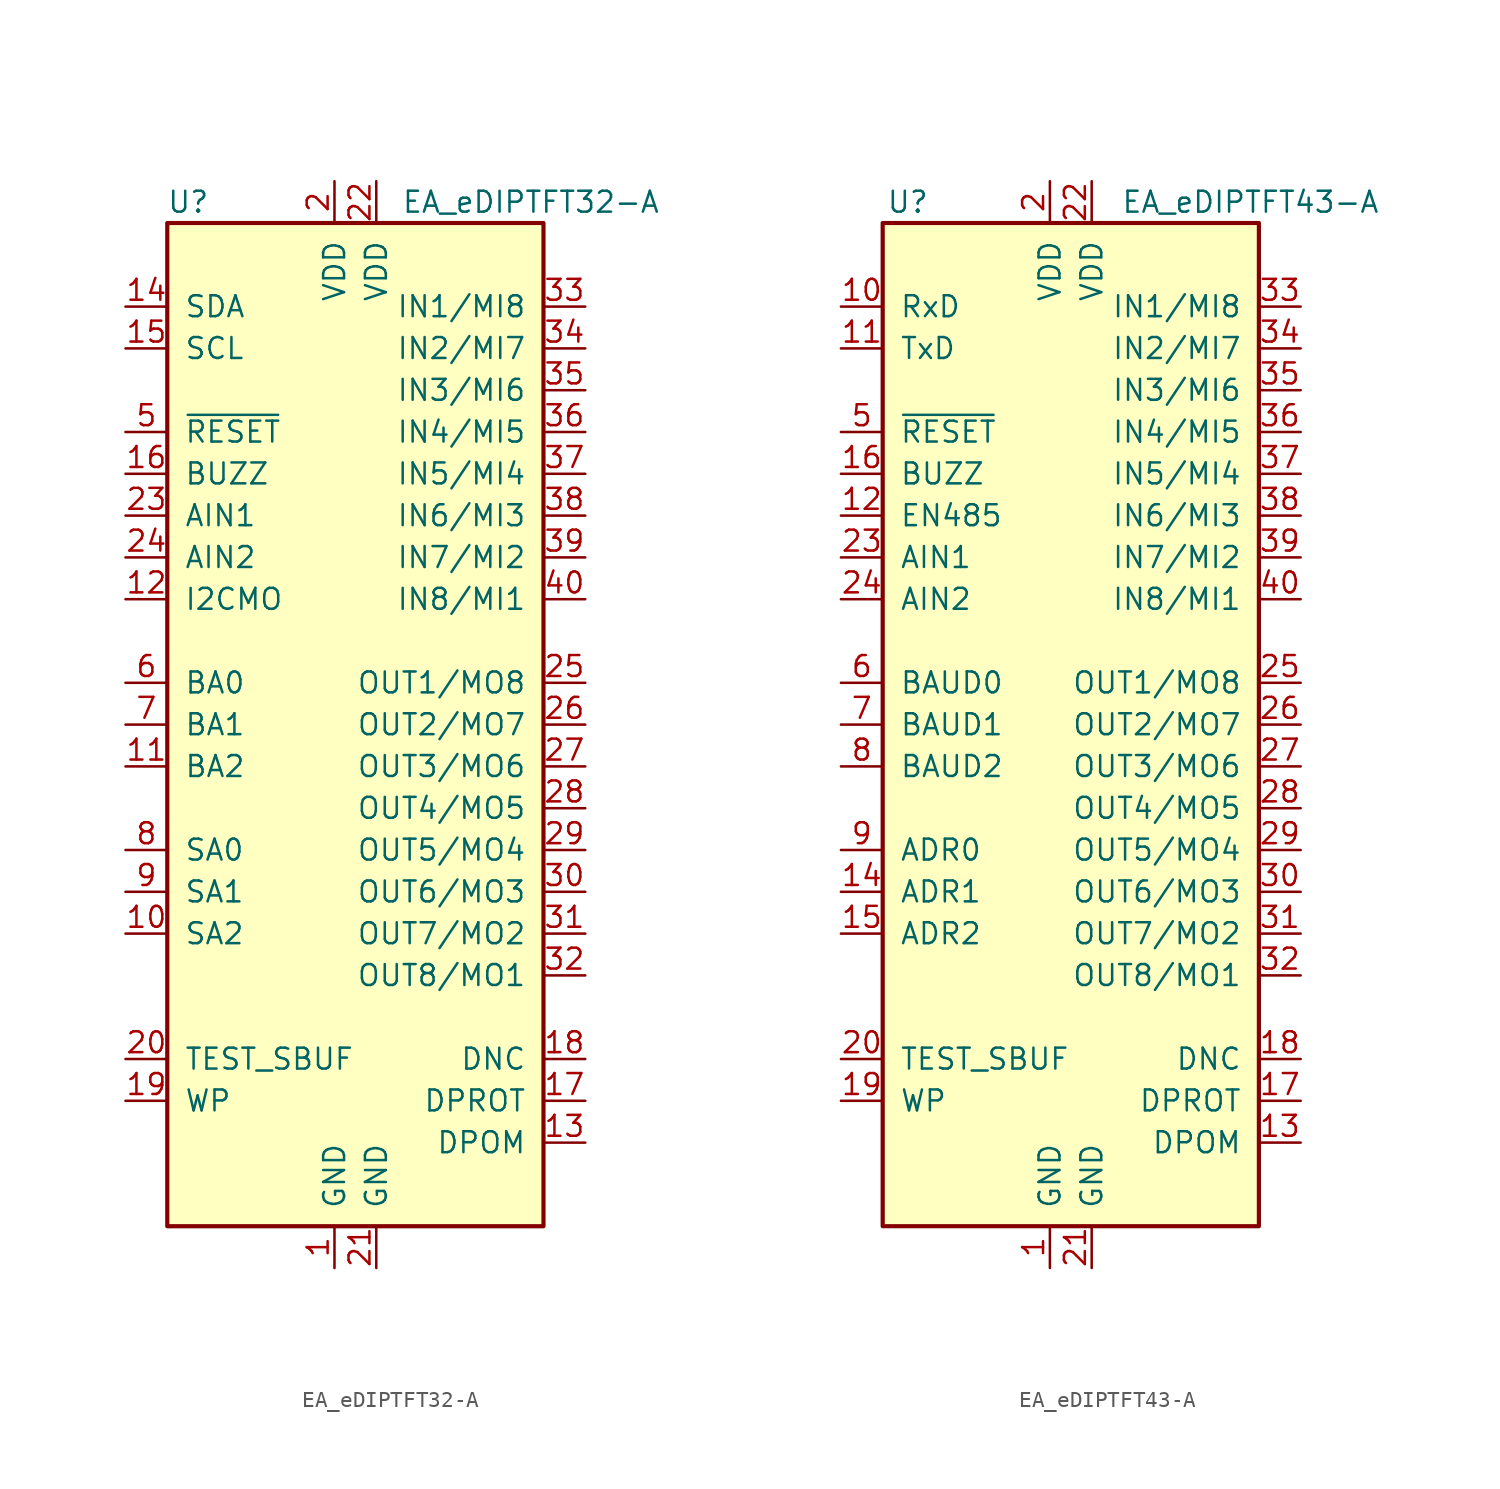
<source format=kicad_sym>
(kicad_symbol_lib
  (version 20200908)
  (generator kicad_symbol_editor)
  (symbol "Display_Graphic:EA_eDIPTFT32-A"
    (pin_names
      (offset 1.016))
    (property "Reference" "U"
      (at -11.43 31.75 0)
      (effects (font (size 1.27 1.27))))
    (property "Value" "EA_eDIPTFT32-A"
      (at 1.524 31.75 0)
      (effects (font (size 1.27 1.27)) (justify left)))
    (symbol "EA_eDIPTFT32-A_0_1"
      (rectangle (start -12.7 30.48) (end 10.16 -30.48) (stroke (width 0.254)) (fill (type background))))
    (symbol "EA_eDIPTFT32-A_1_1"
      (pin power_in line (at -2.54 -33.02 90) (length 2.54) (name "GND" (effects (font (size 1.27 1.27)))) (number "1" (effects (font (size 1.27 1.27)))))
      (pin input line (at -15.24 -12.7 0) (length 2.54) (name "SA2" (effects (font (size 1.27 1.27)))) (number "10" (effects (font (size 1.27 1.27)))))
      (pin input line (at -15.24 -2.54 0) (length 2.54) (name "BA2" (effects (font (size 1.27 1.27)))) (number "11" (effects (font (size 1.27 1.27)))))
      (pin input line (at -15.24 7.62 0) (length 2.54) (name "I2CMO" (effects (font (size 1.27 1.27)))) (number "12" (effects (font (size 1.27 1.27)))))
      (pin input line (at 12.7 -25.4 180) (length 2.54) (name "DPOM" (effects (font (size 1.27 1.27)))) (number "13" (effects (font (size 1.27 1.27)))))
      (pin bidirectional line (at -15.24 25.4 0) (length 2.54) (name "SDA" (effects (font (size 1.27 1.27)))) (number "14" (effects (font (size 1.27 1.27)))))
      (pin input line (at -15.24 22.86 0) (length 2.54) (name "SCL" (effects (font (size 1.27 1.27)))) (number "15" (effects (font (size 1.27 1.27)))))
      (pin output line (at -15.24 15.24 0) (length 2.54) (name "BUZZ" (effects (font (size 1.27 1.27)))) (number "16" (effects (font (size 1.27 1.27)))))
      (pin input line (at 12.7 -22.86 180) (length 2.54) (name "DPROT" (effects (font (size 1.27 1.27)))) (number "17" (effects (font (size 1.27 1.27)))))
      (pin output line (at 12.7 -20.32 180) (length 2.54) (name "DNC" (effects (font (size 1.27 1.27)))) (number "18" (effects (font (size 1.27 1.27)))))
      (pin input line (at -15.24 -22.86 0) (length 2.54) (name "WP" (effects (font (size 1.27 1.27)))) (number "19" (effects (font (size 1.27 1.27)))))
      (pin power_in line (at -2.54 33.02 270) (length 2.54) (name "VDD" (effects (font (size 1.27 1.27)))) (number "2" (effects (font (size 1.27 1.27)))))
      (pin bidirectional line (at -15.24 -20.32 0) (length 2.54) (name "TEST_SBUF" (effects (font (size 1.27 1.27)))) (number "20" (effects (font (size 1.27 1.27)))))
      (pin power_in line (at 0 -33.02 90) (length 2.54) (name "GND" (effects (font (size 1.27 1.27)))) (number "21" (effects (font (size 1.27 1.27)))))
      (pin power_in line (at 0 33.02 270) (length 2.54) (name "VDD" (effects (font (size 1.27 1.27)))) (number "22" (effects (font (size 1.27 1.27)))))
      (pin input line (at -15.24 12.7 0) (length 2.54) (name "AIN1" (effects (font (size 1.27 1.27)))) (number "23" (effects (font (size 1.27 1.27)))))
      (pin input line (at -15.24 10.16 0) (length 2.54) (name "AIN2" (effects (font (size 1.27 1.27)))) (number "24" (effects (font (size 1.27 1.27)))))
      (pin output line (at 12.7 2.54 180) (length 2.54) (name "OUT1/MO8" (effects (font (size 1.27 1.27)))) (number "25" (effects (font (size 1.27 1.27)))))
      (pin output line (at 12.7 0 180) (length 2.54) (name "OUT2/MO7" (effects (font (size 1.27 1.27)))) (number "26" (effects (font (size 1.27 1.27)))))
      (pin output line (at 12.7 -2.54 180) (length 2.54) (name "OUT3/MO6" (effects (font (size 1.27 1.27)))) (number "27" (effects (font (size 1.27 1.27)))))
      (pin output line (at 12.7 -5.08 180) (length 2.54) (name "OUT4/MO5" (effects (font (size 1.27 1.27)))) (number "28" (effects (font (size 1.27 1.27)))))
      (pin output line (at 12.7 -7.62 180) (length 2.54) (name "OUT5/MO4" (effects (font (size 1.27 1.27)))) (number "29" (effects (font (size 1.27 1.27)))))
      (pin unconnected line (at 10.16 -27.94 180) (length 2.54) hide (name "NC" (effects (font (size 1.27 1.27)))) (number "3" (effects (font (size 1.27 1.27)))))
      (pin output line (at 12.7 -10.16 180) (length 2.54) (name "OUT6/MO3" (effects (font (size 1.27 1.27)))) (number "30" (effects (font (size 1.27 1.27)))))
      (pin output line (at 12.7 -12.7 180) (length 2.54) (name "OUT7/MO2" (effects (font (size 1.27 1.27)))) (number "31" (effects (font (size 1.27 1.27)))))
      (pin output line (at 12.7 -15.24 180) (length 2.54) (name "OUT8/MO1" (effects (font (size 1.27 1.27)))) (number "32" (effects (font (size 1.27 1.27)))))
      (pin input line (at 12.7 25.4 180) (length 2.54) (name "IN1/MI8" (effects (font (size 1.27 1.27)))) (number "33" (effects (font (size 1.27 1.27)))))
      (pin input line (at 12.7 22.86 180) (length 2.54) (name "IN2/MI7" (effects (font (size 1.27 1.27)))) (number "34" (effects (font (size 1.27 1.27)))))
      (pin input line (at 12.7 20.32 180) (length 2.54) (name "IN3/MI6" (effects (font (size 1.27 1.27)))) (number "35" (effects (font (size 1.27 1.27)))))
      (pin input line (at 12.7 17.78 180) (length 2.54) (name "IN4/MI5" (effects (font (size 1.27 1.27)))) (number "36" (effects (font (size 1.27 1.27)))))
      (pin input line (at 12.7 15.24 180) (length 2.54) (name "IN5/MI4" (effects (font (size 1.27 1.27)))) (number "37" (effects (font (size 1.27 1.27)))))
      (pin input line (at 12.7 12.7 180) (length 2.54) (name "IN6/MI3" (effects (font (size 1.27 1.27)))) (number "38" (effects (font (size 1.27 1.27)))))
      (pin input line (at 12.7 10.16 180) (length 2.54) (name "IN7/MI2" (effects (font (size 1.27 1.27)))) (number "39" (effects (font (size 1.27 1.27)))))
      (pin unconnected line (at -12.7 -27.94 0) (length 2.54) hide (name "NC" (effects (font (size 1.27 1.27)))) (number "4" (effects (font (size 1.27 1.27)))))
      (pin input line (at 12.7 7.62 180) (length 2.54) (name "IN8/MI1" (effects (font (size 1.27 1.27)))) (number "40" (effects (font (size 1.27 1.27)))))
      (pin input line (at -15.24 17.78 0) (length 2.54) (name "~RESET" (effects (font (size 1.27 1.27)))) (number "5" (effects (font (size 1.27 1.27)))))
      (pin input line (at -15.24 2.54 0) (length 2.54) (name "BA0" (effects (font (size 1.27 1.27)))) (number "6" (effects (font (size 1.27 1.27)))))
      (pin input line (at -15.24 0 0) (length 2.54) (name "BA1" (effects (font (size 1.27 1.27)))) (number "7" (effects (font (size 1.27 1.27)))))
      (pin input line (at -15.24 -7.62 0) (length 2.54) (name "SA0" (effects (font (size 1.27 1.27)))) (number "8" (effects (font (size 1.27 1.27)))))
      (pin input line (at -15.24 -10.16 0) (length 2.54) (name "SA1" (effects (font (size 1.27 1.27)))) (number "9" (effects (font (size 1.27 1.27)))))))
  (symbol "Display_Graphic:EA_eDIPTFT43-A"
    (pin_names
      (offset 1.016))
    (property "Reference" "U"
      (at -11.176 31.75 0)
      (effects (font (size 1.27 1.27))))
    (property "Value" "EA_eDIPTFT43-A"
      (at 1.778 31.75 0)
      (effects (font (size 1.27 1.27)) (justify left)))
    (symbol "EA_eDIPTFT43-A_0_1"
      (rectangle (start -12.7 30.48) (end 10.16 -30.48) (stroke (width 0.254)) (fill (type background))))
    (symbol "EA_eDIPTFT43-A_1_1"
      (pin power_in line (at -2.54 -33.02 90) (length 2.54) (name "GND" (effects (font (size 1.27 1.27)))) (number "1" (effects (font (size 1.27 1.27)))))
      (pin input line (at -15.24 25.4 0) (length 2.54) (name "RxD" (effects (font (size 1.27 1.27)))) (number "10" (effects (font (size 1.27 1.27)))))
      (pin output line (at -15.24 22.86 0) (length 2.54) (name "TxD" (effects (font (size 1.27 1.27)))) (number "11" (effects (font (size 1.27 1.27)))))
      (pin output line (at -15.24 12.7 0) (length 2.54) (name "EN485" (effects (font (size 1.27 1.27)))) (number "12" (effects (font (size 1.27 1.27)))))
      (pin input line (at 12.7 -25.4 180) (length 2.54) (name "DPOM" (effects (font (size 1.27 1.27)))) (number "13" (effects (font (size 1.27 1.27)))))
      (pin input line (at -15.24 -10.16 0) (length 2.54) (name "ADR1" (effects (font (size 1.27 1.27)))) (number "14" (effects (font (size 1.27 1.27)))))
      (pin input line (at -15.24 -12.7 0) (length 2.54) (name "ADR2" (effects (font (size 1.27 1.27)))) (number "15" (effects (font (size 1.27 1.27)))))
      (pin output line (at -15.24 15.24 0) (length 2.54) (name "BUZZ" (effects (font (size 1.27 1.27)))) (number "16" (effects (font (size 1.27 1.27)))))
      (pin input line (at 12.7 -22.86 180) (length 2.54) (name "DPROT" (effects (font (size 1.27 1.27)))) (number "17" (effects (font (size 1.27 1.27)))))
      (pin output line (at 12.7 -20.32 180) (length 2.54) (name "DNC" (effects (font (size 1.27 1.27)))) (number "18" (effects (font (size 1.27 1.27)))))
      (pin input line (at -15.24 -22.86 0) (length 2.54) (name "WP" (effects (font (size 1.27 1.27)))) (number "19" (effects (font (size 1.27 1.27)))))
      (pin power_in line (at -2.54 33.02 270) (length 2.54) (name "VDD" (effects (font (size 1.27 1.27)))) (number "2" (effects (font (size 1.27 1.27)))))
      (pin bidirectional line (at -15.24 -20.32 0) (length 2.54) (name "TEST_SBUF" (effects (font (size 1.27 1.27)))) (number "20" (effects (font (size 1.27 1.27)))))
      (pin power_in line (at 0 -33.02 90) (length 2.54) (name "GND" (effects (font (size 1.27 1.27)))) (number "21" (effects (font (size 1.27 1.27)))))
      (pin power_in line (at 0 33.02 270) (length 2.54) (name "VDD" (effects (font (size 1.27 1.27)))) (number "22" (effects (font (size 1.27 1.27)))))
      (pin input line (at -15.24 10.16 0) (length 2.54) (name "AIN1" (effects (font (size 1.27 1.27)))) (number "23" (effects (font (size 1.27 1.27)))))
      (pin input line (at -15.24 7.62 0) (length 2.54) (name "AIN2" (effects (font (size 1.27 1.27)))) (number "24" (effects (font (size 1.27 1.27)))))
      (pin output line (at 12.7 2.54 180) (length 2.54) (name "OUT1/MO8" (effects (font (size 1.27 1.27)))) (number "25" (effects (font (size 1.27 1.27)))))
      (pin output line (at 12.7 0 180) (length 2.54) (name "OUT2/MO7" (effects (font (size 1.27 1.27)))) (number "26" (effects (font (size 1.27 1.27)))))
      (pin output line (at 12.7 -2.54 180) (length 2.54) (name "OUT3/MO6" (effects (font (size 1.27 1.27)))) (number "27" (effects (font (size 1.27 1.27)))))
      (pin output line (at 12.7 -5.08 180) (length 2.54) (name "OUT4/MO5" (effects (font (size 1.27 1.27)))) (number "28" (effects (font (size 1.27 1.27)))))
      (pin output line (at 12.7 -7.62 180) (length 2.54) (name "OUT5/MO4" (effects (font (size 1.27 1.27)))) (number "29" (effects (font (size 1.27 1.27)))))
      (pin unconnected line (at 12.7 -27.94 180) (length 2.54) hide (name "NC" (effects (font (size 1.27 1.27)))) (number "3" (effects (font (size 1.27 1.27)))))
      (pin output line (at 12.7 -10.16 180) (length 2.54) (name "OUT6/MO3" (effects (font (size 1.27 1.27)))) (number "30" (effects (font (size 1.27 1.27)))))
      (pin output line (at 12.7 -12.7 180) (length 2.54) (name "OUT7/MO2" (effects (font (size 1.27 1.27)))) (number "31" (effects (font (size 1.27 1.27)))))
      (pin output line (at 12.7 -15.24 180) (length 2.54) (name "OUT8/MO1" (effects (font (size 1.27 1.27)))) (number "32" (effects (font (size 1.27 1.27)))))
      (pin input line (at 12.7 25.4 180) (length 2.54) (name "IN1/MI8" (effects (font (size 1.27 1.27)))) (number "33" (effects (font (size 1.27 1.27)))))
      (pin input line (at 12.7 22.86 180) (length 2.54) (name "IN2/MI7" (effects (font (size 1.27 1.27)))) (number "34" (effects (font (size 1.27 1.27)))))
      (pin input line (at 12.7 20.32 180) (length 2.54) (name "IN3/MI6" (effects (font (size 1.27 1.27)))) (number "35" (effects (font (size 1.27 1.27)))))
      (pin input line (at 12.7 17.78 180) (length 2.54) (name "IN4/MI5" (effects (font (size 1.27 1.27)))) (number "36" (effects (font (size 1.27 1.27)))))
      (pin input line (at 12.7 15.24 180) (length 2.54) (name "IN5/MI4" (effects (font (size 1.27 1.27)))) (number "37" (effects (font (size 1.27 1.27)))))
      (pin input line (at 12.7 12.7 180) (length 2.54) (name "IN6/MI3" (effects (font (size 1.27 1.27)))) (number "38" (effects (font (size 1.27 1.27)))))
      (pin input line (at 12.7 10.16 180) (length 2.54) (name "IN7/MI2" (effects (font (size 1.27 1.27)))) (number "39" (effects (font (size 1.27 1.27)))))
      (pin unconnected line (at -15.24 -27.94 0) (length 2.54) hide (name "NC" (effects (font (size 1.27 1.27)))) (number "4" (effects (font (size 1.27 1.27)))))
      (pin input line (at 12.7 7.62 180) (length 2.54) (name "IN8/MI1" (effects (font (size 1.27 1.27)))) (number "40" (effects (font (size 1.27 1.27)))))
      (pin input line (at -15.24 17.78 0) (length 2.54) (name "~RESET" (effects (font (size 1.27 1.27)))) (number "5" (effects (font (size 1.27 1.27)))))
      (pin input line (at -15.24 2.54 0) (length 2.54) (name "BAUD0" (effects (font (size 1.27 1.27)))) (number "6" (effects (font (size 1.27 1.27)))))
      (pin input line (at -15.24 0 0) (length 2.54) (name "BAUD1" (effects (font (size 1.27 1.27)))) (number "7" (effects (font (size 1.27 1.27)))))
      (pin input line (at -15.24 -2.54 0) (length 2.54) (name "BAUD2" (effects (font (size 1.27 1.27)))) (number "8" (effects (font (size 1.27 1.27)))))
      (pin input line (at -15.24 -7.62 0) (length 2.54) (name "ADR0" (effects (font (size 1.27 1.27)))) (number "9" (effects (font (size 1.27 1.27))))))))
</source>
